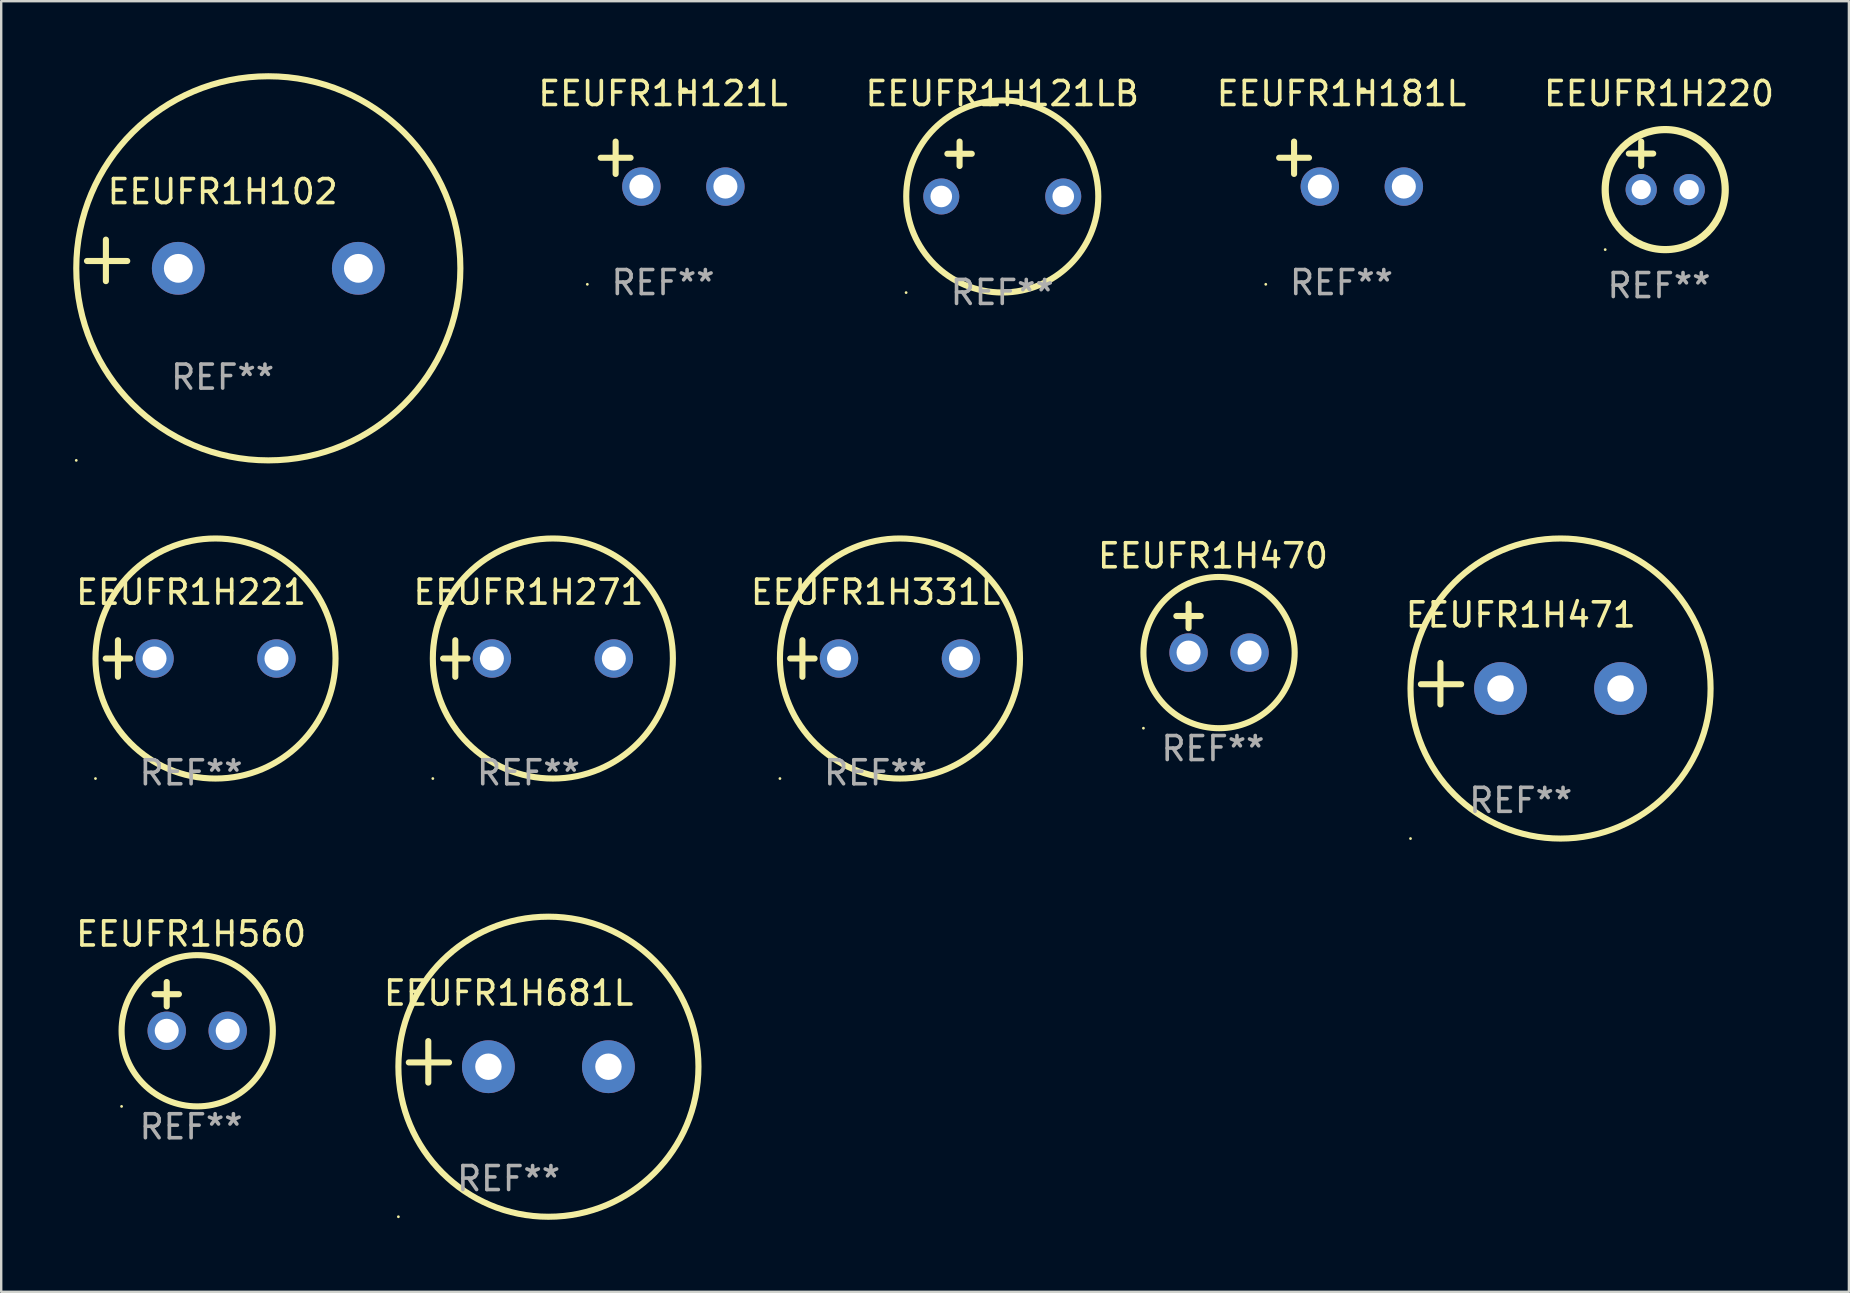
<source format=kicad_pcb>
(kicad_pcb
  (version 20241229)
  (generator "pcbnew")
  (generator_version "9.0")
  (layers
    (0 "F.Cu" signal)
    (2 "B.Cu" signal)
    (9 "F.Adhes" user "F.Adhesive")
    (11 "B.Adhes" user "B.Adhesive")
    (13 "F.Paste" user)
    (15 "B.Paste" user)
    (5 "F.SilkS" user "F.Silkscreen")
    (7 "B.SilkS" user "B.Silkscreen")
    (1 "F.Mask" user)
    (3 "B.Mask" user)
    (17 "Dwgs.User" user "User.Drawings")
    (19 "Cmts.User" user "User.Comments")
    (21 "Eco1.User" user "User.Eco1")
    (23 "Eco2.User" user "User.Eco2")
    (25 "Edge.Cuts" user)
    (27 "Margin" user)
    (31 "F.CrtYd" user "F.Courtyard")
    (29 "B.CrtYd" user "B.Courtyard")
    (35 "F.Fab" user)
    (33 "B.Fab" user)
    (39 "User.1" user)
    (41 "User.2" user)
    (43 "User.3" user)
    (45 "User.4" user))
  (footprint "EEUFR1H220"
    (layer "F.Cu")
    (at 66.058 3.848)
    (property "Reference" "EEUFR1H220" (at 0 -3 0) (layer "F.SilkS") (effects (font (size 1 1) (thickness 0.15))))
    (attr through_hole)
    (fp_line (start -1.258 -0.5) (end -0.242 -0.5) (stroke (width 0.254) (type solid)) (layer "F.SilkS"))
    (fp_line (start -0.742 -1) (end -0.742 0.016) (stroke (width 0.254) (type solid)) (layer "F.SilkS"))
    (fp_circle (center -2.242 3.5) (end -2.212 3.5) (stroke (width 0.06) (type solid)) (fill no) (layer "F.SilkS"))
    (fp_circle (center 0.258 1) (end 2.758 1) (stroke (width 0.3) (type solid)) (fill no) (layer "F.SilkS"))
    (fp_text user "REF**" (at 0 5 0) (layer "F.Fab") (effects (font (size 1 1) (thickness 0.15))))
    (pad "1" thru_hole circle (at -0.742 1) (size 1.3 1.3) (drill 0.8) (layers "*.Cu" "*.Mask"))
    (pad "2" thru_hole circle (at 1.258 1) (size 1.3 1.3) (drill 0.8) (layers "*.Cu" "*.Mask")))
  (footprint "EEUFR1H121L"
    (layer "F.Cu")
    (at 24.57 3.785)
    (property "Reference" "EEUFR1H121L" (at 0 -2.937 0) (layer "F.SilkS") (effects (font (size 1 1) (thickness 0.15))))
    (attr through_hole)
    (fp_line (start -1.975 0.41) (end -1.975 -0.937) (stroke (width 0.254) (type solid)) (layer "F.SilkS"))
    (fp_line (start -1.353 -0.263) (end -2.597 -0.263) (stroke (width 0.254) (type solid)) (layer "F.SilkS"))
    (fp_arc (start 0.849809 -3.063957) (mid 0.885369 -3.064114) (end 0.920929 -3.063957) (stroke (width 0.254001) (type solid)) (layer "F.SilkS"))
    (fp_circle (center -3.154 5.008) (end -3.124 5.008) (stroke (width 0.06) (type solid)) (fill no) (layer "F.SilkS"))
    (fp_text user "REF**" (at 0 4.937 0) (layer "F.Fab") (effects (font (size 1 1) (thickness 0.15))))
    (pad "1" thru_hole circle (at -0.903 0.937) (size 1.6 1.6) (drill 1) (layers "*.Cu" "*.Mask"))
    (pad "2" thru_hole circle (at 2.597 0.937) (size 1.6 1.6) (drill 1) (layers "*.Cu" "*.Mask")))
  (footprint "EEUFR1H121LB"
    (layer "F.Cu")
    (at 38.7 3.991)
    (property "Reference" "EEUFR1H121LB" (at 0 -3.143 0) (layer "F.SilkS") (effects (font (size 1 1) (thickness 0.15))))
    (attr through_hole)
    (fp_line (start -2.286 -0.635) (end -1.27 -0.635) (stroke (width 0.254) (type solid)) (layer "F.SilkS"))
    (fp_line (start -1.778 -1.143) (end -1.778 -0.127) (stroke (width 0.254) (type solid)) (layer "F.SilkS"))
    (fp_circle (center -4.005 5.148) (end -3.975 5.148) (stroke (width 0.06) (type solid)) (fill no) (layer "F.SilkS"))
    (fp_circle (center 0 1.143) (end 4 1.143) (stroke (width 0.254) (type solid)) (fill no) (layer "F.SilkS"))
    (fp_text user "REF**" (at 0 5.143 0) (layer "F.Fab") (effects (font (size 1 1) (thickness 0.15))))
    (pad "1" thru_hole circle (at -2.54 1.143) (size 1.5 1.5) (drill 0.9) (layers "*.Cu" "*.Mask"))
    (pad "2" thru_hole circle (at 2.54 1.143) (size 1.5 1.5) (drill 0.9) (layers "*.Cu" "*.Mask")))
  (footprint "EEUFR1H271"
    (layer "F.Cu")
    (at 18.964 24.381)
    (property "Reference" "EEUFR1H271" (at 0 -2.762 0) (layer "F.SilkS") (effects (font (size 1 1) (thickness 0.15))))
    (attr through_hole)
    (fp_line (start -3.556 0) (end -2.54 0) (stroke (width 0.254) (type solid)) (layer "F.SilkS"))
    (fp_line (start -3.048 -0.762) (end -3.048 0.762) (stroke (width 0.254) (type solid)) (layer "F.SilkS"))
    (fp_circle (center -3.984 5) (end -3.954 5) (stroke (width 0.06) (type solid)) (fill no) (layer "F.SilkS"))
    (fp_circle (center 1.016 0) (end 6.016 0) (stroke (width 0.254) (type solid)) (fill no) (layer "F.SilkS"))
    (fp_text user "REF**" (at 0 4.762 0) (layer "F.Fab") (effects (font (size 1 1) (thickness 0.15))))
    (pad "1" thru_hole circle (at -1.524 0) (size 1.6 1.6) (drill 1) (layers "*.Cu" "*.Mask"))
    (pad "2" thru_hole circle (at 3.556 0) (size 1.6 1.6) (drill 1) (layers "*.Cu" "*.Mask")))
  (footprint "EEUFR1H471"
    (layer "F.Cu")
    (at 60.298 25.428)
    (property "Reference" "EEUFR1H471" (at 0 -2.864 0) (layer "F.SilkS") (effects (font (size 1 1) (thickness 0.15))))
    (attr through_hole)
    (fp_line (start -3.346 0.864) (end -3.346 -0.864) (stroke (width 0.254) (type solid)) (layer "F.SilkS"))
    (fp_line (start -2.482 0.025) (end -4.158 0.025) (stroke (width 0.254) (type solid)) (layer "F.SilkS"))
    (fp_circle (center -4.592 6.453) (end -4.562 6.453) (stroke (width 0.06) (type solid)) (fill no) (layer "F.SilkS"))
    (fp_circle (center 1.658 0.203) (end 7.908 0.203) (stroke (width 0.254) (type solid)) (fill no) (layer "F.SilkS"))
    (fp_text user "REF**" (at 0 4.864 0) (layer "F.Fab") (effects (font (size 1 1) (thickness 0.15))))
    (pad "1" thru_hole circle (at -0.842 0.203) (size 2.2 2.2) (drill 1.1) (layers "*.Cu" "*.Mask"))
    (pad "2" thru_hole circle (at 4.158 0.203) (size 2.2 2.2) (drill 1.1) (layers "*.Cu" "*.Mask")))
  (footprint "EEUFR1H681L"
    (layer "F.Cu")
    (at 18.137 41.182)
    (property "Reference" "EEUFR1H681L" (at 0 -2.864 0) (layer "F.SilkS") (effects (font (size 1 1) (thickness 0.15))))
    (attr through_hole)
    (fp_line (start -3.346 0.864) (end -3.346 -0.864) (stroke (width 0.254) (type solid)) (layer "F.SilkS"))
    (fp_line (start -2.482 0.025) (end -4.158 0.025) (stroke (width 0.254) (type solid)) (layer "F.SilkS"))
    (fp_circle (center -4.592 6.453) (end -4.562 6.453) (stroke (width 0.06) (type solid)) (fill no) (layer "F.SilkS"))
    (fp_circle (center 1.658 0.203) (end 7.908 0.203) (stroke (width 0.254) (type solid)) (fill no) (layer "F.SilkS"))
    (fp_text user "REF**" (at 0 4.864 0) (layer "F.Fab") (effects (font (size 1 1) (thickness 0.15))))
    (pad "1" thru_hole circle (at -0.842 0.203) (size 2.2 2.2) (drill 1.1) (layers "*.Cu" "*.Mask"))
    (pad "2" thru_hole circle (at 4.158 0.203) (size 2.2 2.2) (drill 1.1) (layers "*.Cu" "*.Mask")))
  (footprint "EEUFR1H221"
    (layer "F.Cu")
    (at 4.911 24.381)
    (property "Reference" "EEUFR1H221" (at 0 -2.762 0) (layer "F.SilkS") (effects (font (size 1 1) (thickness 0.15))))
    (attr through_hole)
    (fp_line (start -3.556 0) (end -2.54 0) (stroke (width 0.254) (type solid)) (layer "F.SilkS"))
    (fp_line (start -3.048 -0.762) (end -3.048 0.762) (stroke (width 0.254) (type solid)) (layer "F.SilkS"))
    (fp_circle (center -3.984 5) (end -3.954 5) (stroke (width 0.06) (type solid)) (fill no) (layer "F.SilkS"))
    (fp_circle (center 1.016 0) (end 6.016 0) (stroke (width 0.254) (type solid)) (fill no) (layer "F.SilkS"))
    (fp_text user "REF**" (at 0 4.762 0) (layer "F.Fab") (effects (font (size 1 1) (thickness 0.15))))
    (pad "1" thru_hole circle (at -1.524 0) (size 1.6 1.6) (drill 1) (layers "*.Cu" "*.Mask"))
    (pad "2" thru_hole circle (at 3.556 0) (size 1.6 1.6) (drill 1) (layers "*.Cu" "*.Mask")))
  (footprint "EEUFR1H470"
    (layer "F.Cu")
    (at 47.477 23.118)
    (property "Reference" "EEUFR1H470" (at 0 -3.016 0) (layer "F.SilkS") (effects (font (size 1 1) (thickness 0.15))))
    (attr through_hole)
    (fp_line (start -1.524 -0.508) (end -0.508 -0.508) (stroke (width 0.254) (type solid)) (layer "F.SilkS"))
    (fp_line (start -1.016 -1.016) (end -1.016 0) (stroke (width 0.254) (type solid)) (layer "F.SilkS"))
    (fp_circle (center -2.896 4.166) (end -2.866 4.166) (stroke (width 0.06) (type solid)) (fill no) (layer "F.SilkS"))
    (fp_circle (center 0.254 1.016) (end 3.404 1.016) (stroke (width 0.254) (type solid)) (fill no) (layer "F.SilkS"))
    (fp_text user "REF**" (at 0 5.016 0) (layer "F.Fab") (effects (font (size 1 1) (thickness 0.15))))
    (pad "1" thru_hole circle (at -1.016 1.016) (size 1.6 1.6) (drill 1) (layers "*.Cu" "*.Mask"))
    (pad "2" thru_hole circle (at 1.524 1.016) (size 1.6 1.6) (drill 1) (layers "*.Cu" "*.Mask")))
  (footprint "EEUFR1H331L"
    (layer "F.Cu")
    (at 33.423 24.381)
    (property "Reference" "EEUFR1H331L" (at 0 -2.762 0) (layer "F.SilkS") (effects (font (size 1 1) (thickness 0.15))))
    (attr through_hole)
    (fp_line (start -3.556 0) (end -2.54 0) (stroke (width 0.254) (type solid)) (layer "F.SilkS"))
    (fp_line (start -3.048 -0.762) (end -3.048 0.762) (stroke (width 0.254) (type solid)) (layer "F.SilkS"))
    (fp_circle (center -3.984 5) (end -3.954 5) (stroke (width 0.06) (type solid)) (fill no) (layer "F.SilkS"))
    (fp_circle (center 1.016 0) (end 6.016 0) (stroke (width 0.254) (type solid)) (fill no) (layer "F.SilkS"))
    (fp_text user "REF**" (at 0 4.762 0) (layer "F.Fab") (effects (font (size 1 1) (thickness 0.15))))
    (pad "1" thru_hole circle (at -1.524 0) (size 1.6 1.6) (drill 1) (layers "*.Cu" "*.Mask"))
    (pad "2" thru_hole circle (at 3.556 0) (size 1.6 1.6) (drill 1) (layers "*.Cu" "*.Mask")))
  (footprint "EEUFR1H102"
    (layer "F.Cu")
    (at 6.225 7.797)
    (property "Reference" "EEUFR1H102" (at 0 -2.864 0) (layer "F.SilkS") (effects (font (size 1 1) (thickness 0.15))))
    (attr through_hole)
    (fp_line (start -4.864 0.864) (end -4.864 -0.864) (stroke (width 0.254) (type solid)) (layer "F.SilkS"))
    (fp_line (start -3.975 0.025) (end -5.652 0.025) (stroke (width 0.254) (type solid)) (layer "F.SilkS"))
    (fp_circle (center -6.098 8.33) (end -6.068 8.33) (stroke (width 0.06) (type solid)) (fill no) (layer "F.SilkS"))
    (fp_circle (center 1.902 0.33) (end 9.902 0.33) (stroke (width 0.254) (type solid)) (fill no) (layer "F.SilkS"))
    (fp_text user "REF**" (at 0 4.864 0) (layer "F.Fab") (effects (font (size 1 1) (thickness 0.15))))
    (pad "1" thru_hole circle (at -1.848 0.33) (size 2.2 2.2) (drill 1.2) (layers "*.Cu" "*.Mask"))
    (pad "2" thru_hole circle (at 5.652 0.33) (size 2.2 2.2) (drill 1.2) (layers "*.Cu" "*.Mask")))
  (footprint "EEUFR1H560"
    (layer "F.Cu")
    (at 4.911 38.872)
    (property "Reference" "EEUFR1H560" (at 0 -3.016 0) (layer "F.SilkS") (effects (font (size 1 1) (thickness 0.15))))
    (attr through_hole)
    (fp_line (start -1.524 -0.508) (end -0.508 -0.508) (stroke (width 0.254) (type solid)) (layer "F.SilkS"))
    (fp_line (start -1.016 -1.016) (end -1.016 0) (stroke (width 0.254) (type solid)) (layer "F.SilkS"))
    (fp_circle (center -2.896 4.166) (end -2.866 4.166) (stroke (width 0.06) (type solid)) (fill no) (layer "F.SilkS"))
    (fp_circle (center 0.254 1.016) (end 3.404 1.016) (stroke (width 0.254) (type solid)) (fill no) (layer "F.SilkS"))
    (fp_text user "REF**" (at 0 5.016 0) (layer "F.Fab") (effects (font (size 1 1) (thickness 0.15))))
    (pad "1" thru_hole circle (at -1.016 1.016) (size 1.6 1.6) (drill 1) (layers "*.Cu" "*.Mask"))
    (pad "2" thru_hole circle (at 1.524 1.016) (size 1.6 1.6) (drill 1) (layers "*.Cu" "*.Mask")))
  (footprint "EEUFR1H181L"
    (layer "F.Cu")
    (at 52.831 3.785)
    (property "Reference" "EEUFR1H181L" (at 0 -2.937 0) (layer "F.SilkS") (effects (font (size 1 1) (thickness 0.15))))
    (attr through_hole)
    (fp_line (start -1.975 0.41) (end -1.975 -0.937) (stroke (width 0.254) (type solid)) (layer "F.SilkS"))
    (fp_line (start -1.353 -0.263) (end -2.597 -0.263) (stroke (width 0.254) (type solid)) (layer "F.SilkS"))
    (fp_arc (start 0.849809 -3.063957) (mid 0.885369 -3.064114) (end 0.920929 -3.063957) (stroke (width 0.254001) (type solid)) (layer "F.SilkS"))
    (fp_circle (center -3.154 5.008) (end -3.124 5.008) (stroke (width 0.06) (type solid)) (fill no) (layer "F.SilkS"))
    (fp_text user "REF**" (at 0 4.937 0) (layer "F.Fab") (effects (font (size 1 1) (thickness 0.15))))
    (pad "1" thru_hole circle (at -0.903 0.937) (size 1.6 1.6) (drill 1) (layers "*.Cu" "*.Mask"))
    (pad "2" thru_hole circle (at 2.597 0.937) (size 1.6 1.6) (drill 1) (layers "*.Cu" "*.Mask")))
  (gr_rect
    (start -3 -3)
    (end 73.968 50.762)
    (stroke (width 0.1) (type default))
    (fill no)
    (layer "Edge.Cuts")))
</source>
